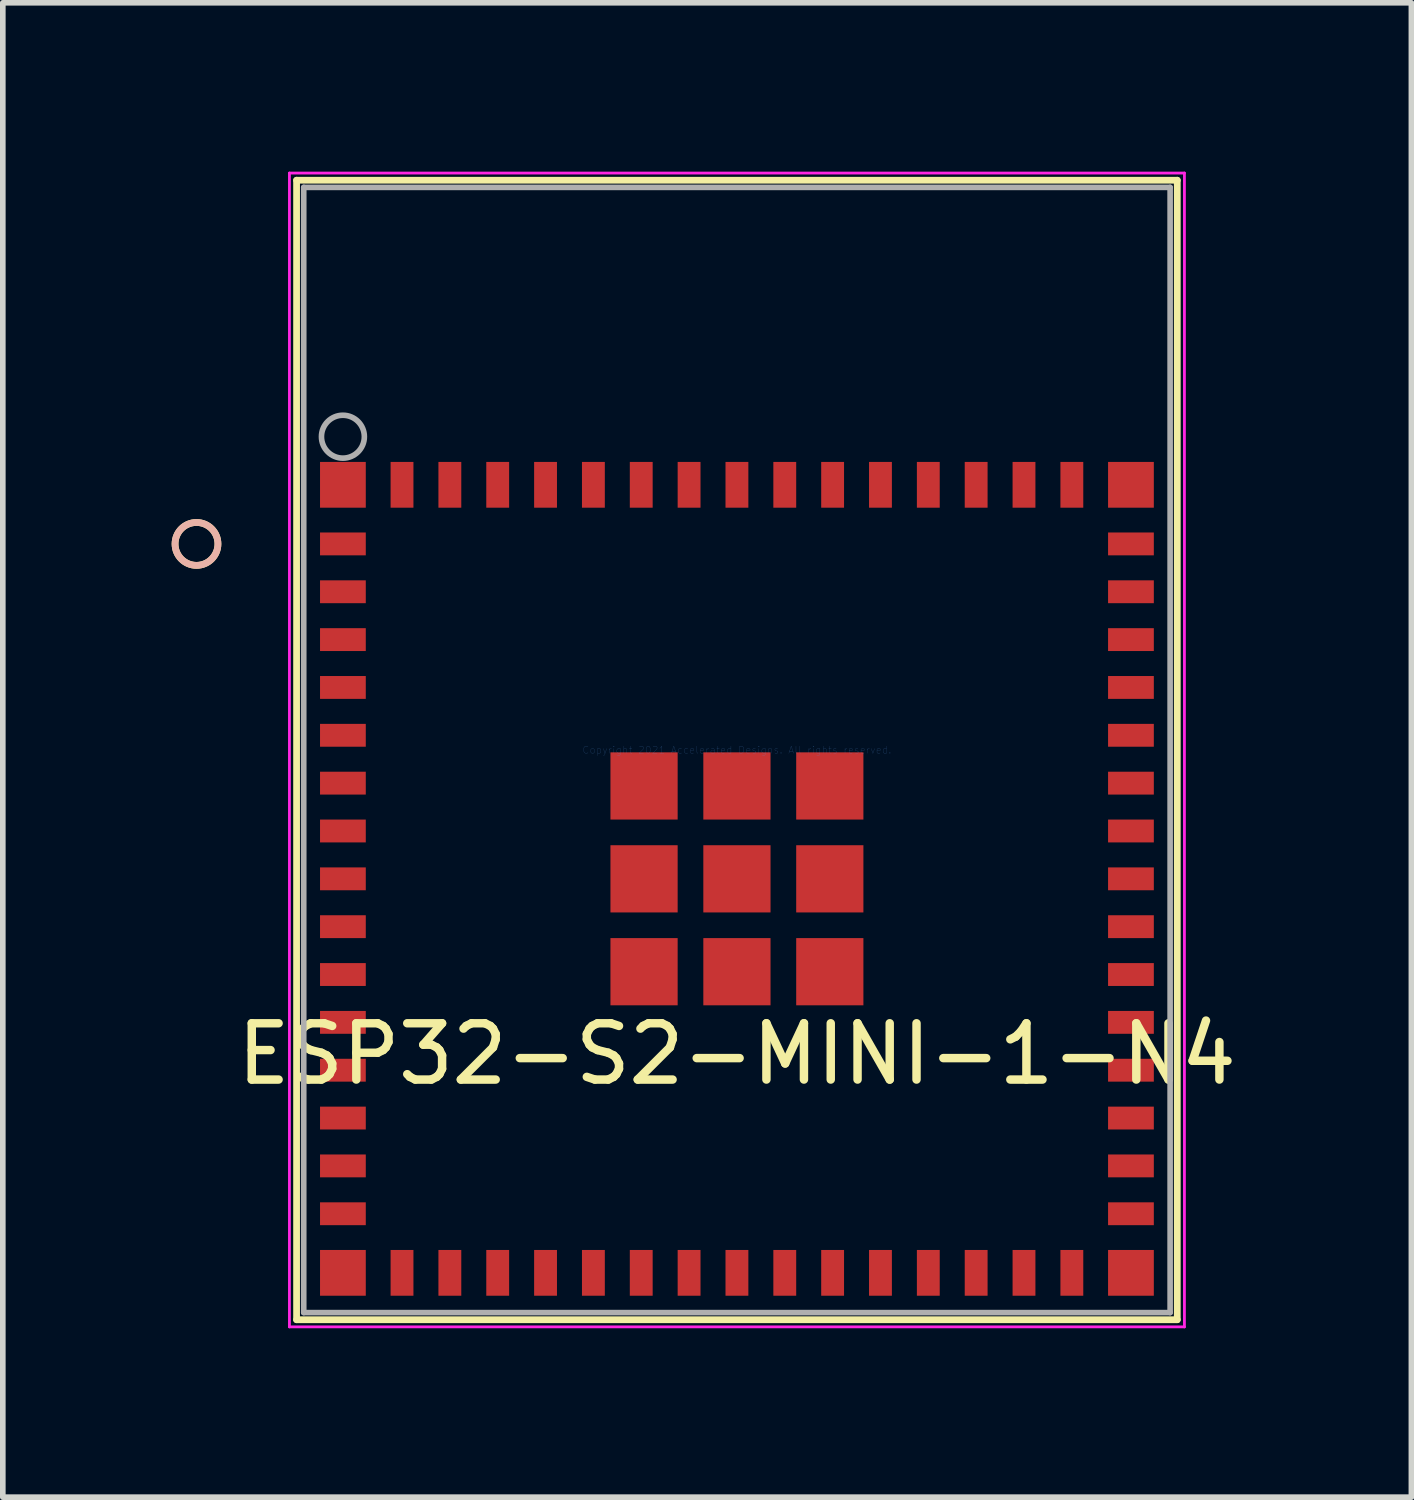
<source format=kicad_pcb>
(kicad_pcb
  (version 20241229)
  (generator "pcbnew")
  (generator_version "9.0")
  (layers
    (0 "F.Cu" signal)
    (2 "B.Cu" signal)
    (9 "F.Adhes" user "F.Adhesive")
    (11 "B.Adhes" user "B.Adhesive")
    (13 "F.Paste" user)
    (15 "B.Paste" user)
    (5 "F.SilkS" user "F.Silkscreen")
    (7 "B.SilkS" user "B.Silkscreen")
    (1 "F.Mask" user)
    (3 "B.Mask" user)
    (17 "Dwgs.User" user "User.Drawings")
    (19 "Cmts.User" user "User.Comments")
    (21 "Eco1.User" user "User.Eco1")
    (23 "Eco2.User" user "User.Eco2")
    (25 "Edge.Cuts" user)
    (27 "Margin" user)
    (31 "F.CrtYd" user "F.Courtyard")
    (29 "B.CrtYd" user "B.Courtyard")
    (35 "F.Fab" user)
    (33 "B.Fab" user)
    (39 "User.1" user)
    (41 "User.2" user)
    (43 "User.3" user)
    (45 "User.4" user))
  (footprint "ESP32-S2-MINI-1-N4"
    (layer "F.Cu")
    (at 10.042 10.274)
    (property "Reference" "ESP32-S2-MINI-1-N4" (at 0 5.4 0) (layer "F.SilkS") (effects (font (size 1 1) (thickness 0.15))))
    (attr through_hole)
    (fp_line (start -7.823 -10.122) (end -7.823 10.122) (stroke (width 0.12) (type solid)) (layer "F.SilkS"))
    (fp_line (start -7.823 10.122) (end 7.823 10.122) (stroke (width 0.12) (type solid)) (layer "F.SilkS"))
    (fp_line (start 7.823 -10.122) (end -7.823 -10.122) (stroke (width 0.12) (type solid)) (layer "F.SilkS"))
    (fp_line (start 7.823 10.122) (end 7.823 -10.122) (stroke (width 0.12) (type solid)) (layer "F.SilkS"))
    (fp_circle (center -9.601 -3.661) (end -9.22 -3.661) (stroke (width 0.12) (type solid)) (fill no) (layer "F.SilkS"))
    (fp_circle (center -9.601 -3.661) (end -9.22 -3.661) (stroke (width 0.12) (type solid)) (fill no) (layer "B.SilkS"))
    (fp_line (start -7.95 -10.249) (end -7.95 10.249) (stroke (width 0.05) (type solid)) (layer "F.CrtYd"))
    (fp_line (start -7.95 10.249) (end 7.95 10.249) (stroke (width 0.05) (type solid)) (layer "F.CrtYd"))
    (fp_line (start 7.95 -10.249) (end -7.95 -10.249) (stroke (width 0.05) (type solid)) (layer "F.CrtYd"))
    (fp_line (start 7.95 10.249) (end 7.95 -10.249) (stroke (width 0.05) (type solid)) (layer "F.CrtYd"))
    (fp_line (start -7.696 -9.995) (end -7.696 9.995) (stroke (width 0.1) (type solid)) (layer "F.Fab"))
    (fp_line (start -7.696 9.995) (end 7.696 9.995) (stroke (width 0.1) (type solid)) (layer "F.Fab"))
    (fp_line (start 7.696 -9.995) (end -7.696 -9.995) (stroke (width 0.1) (type solid)) (layer "F.Fab"))
    (fp_line (start 7.696 9.995) (end 7.696 -9.995) (stroke (width 0.1) (type solid)) (layer "F.Fab"))
    (fp_circle (center -7 -5.566) (end -6.619 -5.566) (stroke (width 0.1) (type solid)) (fill no) (layer "F.Fab"))
    (fp_text user "Copyright 2021 Accelerated Designs. All rights reserved." (at 0 0 0) (layer "Cmts.User") (effects (font (size 0.127 0.127) (thickness 0.002))))
    (pad "1" smd rect (at -7 -3.661) (size 0.813 0.406) (layers "F.Cu" "F.Mask" "F.Paste"))
    (pad "2" smd rect (at -7 -2.811) (size 0.813 0.406) (layers "F.Cu" "F.Mask" "F.Paste"))
    (pad "3" smd rect (at -7 -1.961) (size 0.813 0.406) (layers "F.Cu" "F.Mask" "F.Paste"))
    (pad "4" smd rect (at -7 -1.111) (size 0.813 0.406) (layers "F.Cu" "F.Mask" "F.Paste"))
    (pad "5" smd rect (at -7 -0.261) (size 0.813 0.406) (layers "F.Cu" "F.Mask" "F.Paste"))
    (pad "6" smd rect (at -7 0.589) (size 0.813 0.406) (layers "F.Cu" "F.Mask" "F.Paste"))
    (pad "7" smd rect (at -7 1.439) (size 0.813 0.406) (layers "F.Cu" "F.Mask" "F.Paste"))
    (pad "8" smd rect (at -7 2.289) (size 0.813 0.406) (layers "F.Cu" "F.Mask" "F.Paste"))
    (pad "9" smd rect (at -7 3.139) (size 0.813 0.406) (layers "F.Cu" "F.Mask" "F.Paste"))
    (pad "10" smd rect (at -7 3.989) (size 0.813 0.406) (layers "F.Cu" "F.Mask" "F.Paste"))
    (pad "11" smd rect (at -7 4.839) (size 0.813 0.406) (layers "F.Cu" "F.Mask" "F.Paste"))
    (pad "12" smd rect (at -7 5.689) (size 0.813 0.406) (layers "F.Cu" "F.Mask" "F.Paste"))
    (pad "13" smd rect (at -7 6.539) (size 0.813 0.406) (layers "F.Cu" "F.Mask" "F.Paste"))
    (pad "14" smd rect (at -7 7.389) (size 0.813 0.406) (layers "F.Cu" "F.Mask" "F.Paste"))
    (pad "15" smd rect (at -7 8.239) (size 0.813 0.406) (layers "F.Cu" "F.Mask" "F.Paste"))
    (pad "16" smd rect (at -5.95 9.289) (size 0.406 0.813) (layers "F.Cu" "F.Mask" "F.Paste"))
    (pad "17" smd rect (at -5.1 9.289) (size 0.406 0.813) (layers "F.Cu" "F.Mask" "F.Paste"))
    (pad "18" smd rect (at -4.25 9.289) (size 0.406 0.813) (layers "F.Cu" "F.Mask" "F.Paste"))
    (pad "19" smd rect (at -3.4 9.289) (size 0.406 0.813) (layers "F.Cu" "F.Mask" "F.Paste"))
    (pad "20" smd rect (at -2.55 9.289) (size 0.406 0.813) (layers "F.Cu" "F.Mask" "F.Paste"))
    (pad "21" smd rect (at -1.7 9.289) (size 0.406 0.813) (layers "F.Cu" "F.Mask" "F.Paste"))
    (pad "22" smd rect (at -0.85 9.289) (size 0.406 0.813) (layers "F.Cu" "F.Mask" "F.Paste"))
    (pad "23" smd rect (at 0 9.289) (size 0.406 0.813) (layers "F.Cu" "F.Mask" "F.Paste"))
    (pad "24" smd rect (at 0.85 9.289) (size 0.406 0.813) (layers "F.Cu" "F.Mask" "F.Paste"))
    (pad "25" smd rect (at 1.7 9.289) (size 0.406 0.813) (layers "F.Cu" "F.Mask" "F.Paste"))
    (pad "26" smd rect (at 2.55 9.289) (size 0.406 0.813) (layers "F.Cu" "F.Mask" "F.Paste"))
    (pad "27" smd rect (at 3.4 9.289) (size 0.406 0.813) (layers "F.Cu" "F.Mask" "F.Paste"))
    (pad "28" smd rect (at 4.25 9.289) (size 0.406 0.813) (layers "F.Cu" "F.Mask" "F.Paste"))
    (pad "29" smd rect (at 5.1 9.289) (size 0.406 0.813) (layers "F.Cu" "F.Mask" "F.Paste"))
    (pad "30" smd rect (at 5.95 9.289) (size 0.406 0.813) (layers "F.Cu" "F.Mask" "F.Paste"))
    (pad "31" smd rect (at 7 8.239) (size 0.813 0.406) (layers "F.Cu" "F.Mask" "F.Paste"))
    (pad "32" smd rect (at 7 7.389) (size 0.813 0.406) (layers "F.Cu" "F.Mask" "F.Paste"))
    (pad "33" smd rect (at 7 6.539) (size 0.813 0.406) (layers "F.Cu" "F.Mask" "F.Paste"))
    (pad "34" smd rect (at 7 5.689) (size 0.813 0.406) (layers "F.Cu" "F.Mask" "F.Paste"))
    (pad "35" smd rect (at 7 4.839) (size 0.813 0.406) (layers "F.Cu" "F.Mask" "F.Paste"))
    (pad "36" smd rect (at 7 3.989) (size 0.813 0.406) (layers "F.Cu" "F.Mask" "F.Paste"))
    (pad "37" smd rect (at 7 3.139) (size 0.813 0.406) (layers "F.Cu" "F.Mask" "F.Paste"))
    (pad "38" smd rect (at 7 2.289) (size 0.813 0.406) (layers "F.Cu" "F.Mask" "F.Paste"))
    (pad "39" smd rect (at 7 1.439) (size 0.813 0.406) (layers "F.Cu" "F.Mask" "F.Paste"))
    (pad "40" smd rect (at 7 0.589) (size 0.813 0.406) (layers "F.Cu" "F.Mask" "F.Paste"))
    (pad "41" smd rect (at 7 -0.261) (size 0.813 0.406) (layers "F.Cu" "F.Mask" "F.Paste"))
    (pad "42" smd rect (at 7 -1.111) (size 0.813 0.406) (layers "F.Cu" "F.Mask" "F.Paste"))
    (pad "43" smd rect (at 7 -1.961) (size 0.813 0.406) (layers "F.Cu" "F.Mask" "F.Paste"))
    (pad "44" smd rect (at 7 -2.811) (size 0.813 0.406) (layers "F.Cu" "F.Mask" "F.Paste"))
    (pad "45" smd rect (at 7 -3.661) (size 0.813 0.406) (layers "F.Cu" "F.Mask" "F.Paste"))
    (pad "46" smd rect (at 5.95 -4.711) (size 0.406 0.813) (layers "F.Cu" "F.Mask" "F.Paste"))
    (pad "47" smd rect (at 5.1 -4.711) (size 0.406 0.813) (layers "F.Cu" "F.Mask" "F.Paste"))
    (pad "48" smd rect (at 4.25 -4.711) (size 0.406 0.813) (layers "F.Cu" "F.Mask" "F.Paste"))
    (pad "49" smd rect (at 3.4 -4.711) (size 0.406 0.813) (layers "F.Cu" "F.Mask" "F.Paste"))
    (pad "50" smd rect (at 2.55 -4.711) (size 0.406 0.813) (layers "F.Cu" "F.Mask" "F.Paste"))
    (pad "51" smd rect (at 1.7 -4.711) (size 0.406 0.813) (layers "F.Cu" "F.Mask" "F.Paste"))
    (pad "52" smd rect (at 0.85 -4.711) (size 0.406 0.813) (layers "F.Cu" "F.Mask" "F.Paste"))
    (pad "53" smd rect (at 0 -4.711) (size 0.406 0.813) (layers "F.Cu" "F.Mask" "F.Paste"))
    (pad "54" smd rect (at -0.85 -4.711) (size 0.406 0.813) (layers "F.Cu" "F.Mask" "F.Paste"))
    (pad "55" smd rect (at -1.7 -4.711) (size 0.406 0.813) (layers "F.Cu" "F.Mask" "F.Paste"))
    (pad "56" smd rect (at -2.55 -4.711) (size 0.406 0.813) (layers "F.Cu" "F.Mask" "F.Paste"))
    (pad "57" smd rect (at -3.4 -4.711) (size 0.406 0.813) (layers "F.Cu" "F.Mask" "F.Paste"))
    (pad "58" smd rect (at -4.25 -4.711) (size 0.406 0.813) (layers "F.Cu" "F.Mask" "F.Paste"))
    (pad "59" smd rect (at -5.1 -4.711) (size 0.406 0.813) (layers "F.Cu" "F.Mask" "F.Paste"))
    (pad "60" smd rect (at -5.95 -4.711) (size 0.406 0.813) (layers "F.Cu" "F.Mask" "F.Paste"))
    (pad "61" smd rect (at 0 2.289) (size 1.194 1.194) (layers "F.Cu" "F.Mask" "F.Paste"))
    (pad "62" smd rect (at -7 -4.711) (size 0.813 0.813) (layers "F.Cu" "F.Mask" "F.Paste"))
    (pad "63" smd rect (at -7 9.289) (size 0.813 0.813) (layers "F.Cu" "F.Mask" "F.Paste"))
    (pad "64" smd rect (at 7 9.289) (size 0.813 0.813) (layers "F.Cu" "F.Mask" "F.Paste"))
    (pad "65" smd rect (at 7 -4.711) (size 0.813 0.813) (layers "F.Cu" "F.Mask" "F.Paste"))
    (pad "66" smd rect (at -1.65 0.639) (size 1.194 1.194) (layers "F.Cu" "F.Mask" "F.Paste"))
    (pad "67" smd rect (at 0 0.639) (size 1.194 1.194) (layers "F.Cu" "F.Mask" "F.Paste"))
    (pad "68" smd rect (at 1.65 0.639) (size 1.194 1.194) (layers "F.Cu" "F.Mask" "F.Paste"))
    (pad "69" smd rect (at -1.65 2.289) (size 1.194 1.194) (layers "F.Cu" "F.Mask" "F.Paste"))
    (pad "70" smd rect (at 1.65 2.289) (size 1.194 1.194) (layers "F.Cu" "F.Mask" "F.Paste"))
    (pad "71" smd rect (at -1.65 3.939) (size 1.194 1.194) (layers "F.Cu" "F.Mask" "F.Paste"))
    (pad "72" smd rect (at 0 3.939) (size 1.194 1.194) (layers "F.Cu" "F.Mask" "F.Paste"))
    (pad "73" smd rect (at 1.65 3.939) (size 1.194 1.194) (layers "F.Cu" "F.Mask" "F.Paste")))
  (gr_rect
    (start -3 -3)
    (end 22.024 23.548)
    (stroke (width 0.1) (type default))
    (fill no)
    (layer "Edge.Cuts")))
</source>
